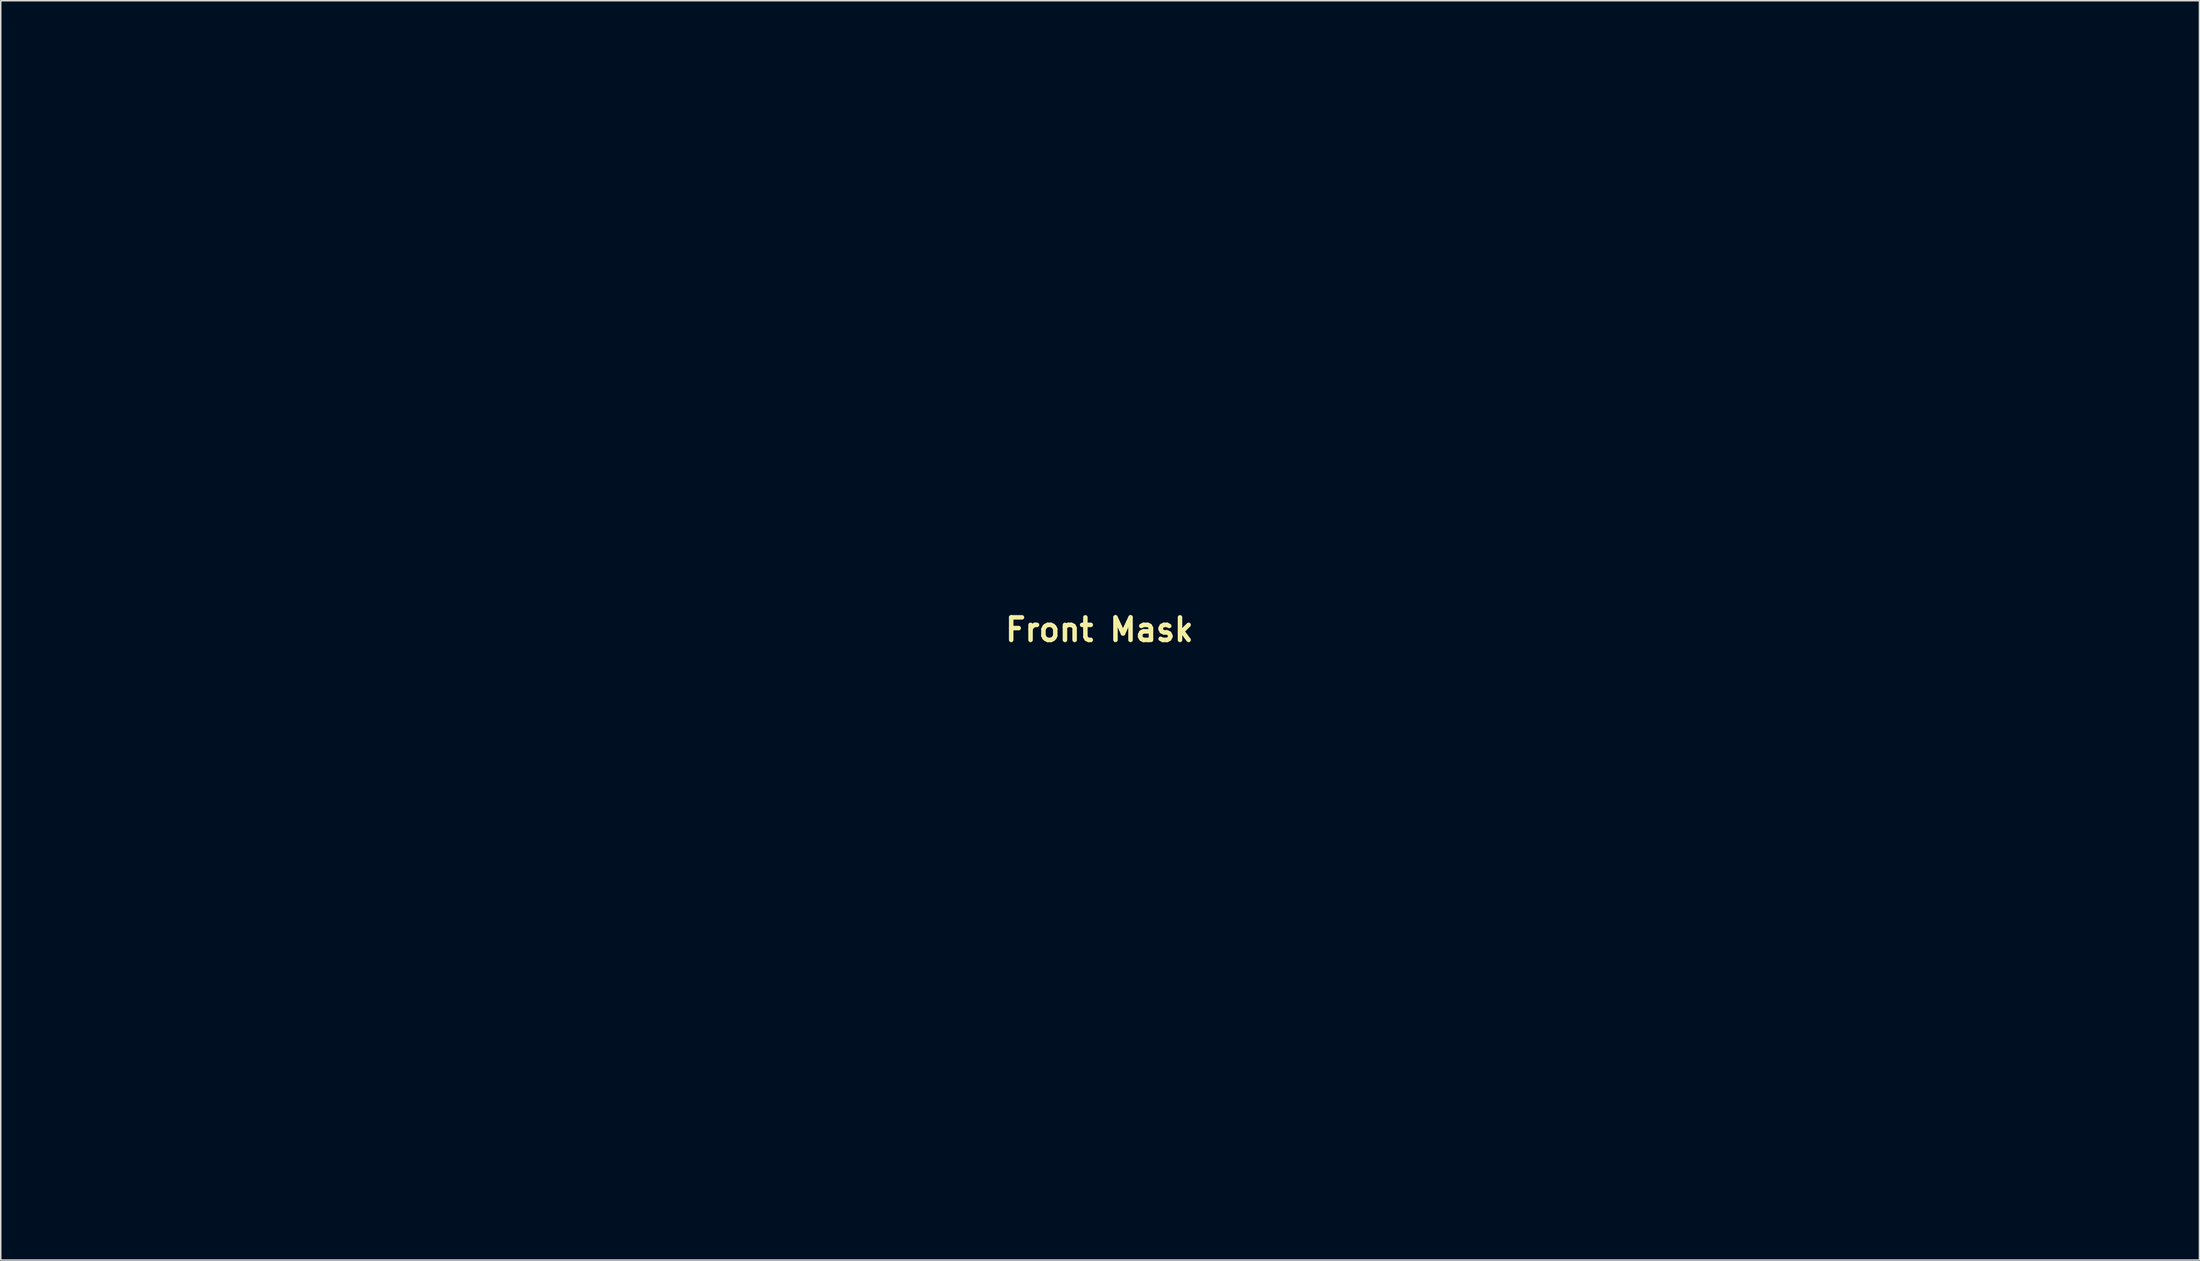
<source format=kicad_pcb>
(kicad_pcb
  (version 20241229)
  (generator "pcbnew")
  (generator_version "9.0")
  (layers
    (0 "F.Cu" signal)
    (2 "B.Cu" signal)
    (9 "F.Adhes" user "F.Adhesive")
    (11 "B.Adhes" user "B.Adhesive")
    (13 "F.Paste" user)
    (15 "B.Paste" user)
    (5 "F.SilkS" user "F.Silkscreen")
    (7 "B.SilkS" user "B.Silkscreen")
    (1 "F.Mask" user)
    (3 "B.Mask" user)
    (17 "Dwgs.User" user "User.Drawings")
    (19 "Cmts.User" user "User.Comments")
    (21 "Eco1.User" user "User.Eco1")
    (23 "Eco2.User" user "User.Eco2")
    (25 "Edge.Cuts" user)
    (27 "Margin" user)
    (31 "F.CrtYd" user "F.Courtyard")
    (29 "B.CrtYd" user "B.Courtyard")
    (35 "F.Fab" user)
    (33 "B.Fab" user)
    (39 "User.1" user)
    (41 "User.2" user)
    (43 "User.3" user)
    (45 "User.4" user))
  (footprint "Front Mask"
    (layer "F.Cu")
    (at 69.983 38.81)
    (property "Reference" "Front Mask" (at 0 0 0) (layer "F.SilkS") (effects (font (size 1.5 1.5) (thickness 0.3))))
    (attr board_only exclude_from_pos_files exclude_from_bom)
    (fp_poly (pts (xy -69.828 9.572) (xy -69.761 9.68) (xy -69.643 9.981) (xy -69.679 10.208) (xy -69.761 10.302) (xy -69.838 10.344) (xy -69.877 10.285) (xy -69.891 10.095) (xy -69.891 9.936) (xy -69.887 9.667) (xy -69.869 9.553)) (stroke (width 0) (type solid)) (fill yes) (layer "F.Mask"))
    (fp_poly (pts (xy -69.717 19.45) (xy -69.579 19.752) (xy -69.559 19.97) (xy -69.659 20.148) (xy -69.717 20.205) (xy -69.81 20.282) (xy -69.863 20.282) (xy -69.886 20.177) (xy -69.891 19.937) (xy -69.891 19.752) (xy -69.887 19.139)) (stroke (width 0) (type solid)) (fill yes) (layer "F.Mask"))
    (fp_poly (pts (xy 70.065 19.605) (xy 70.065 19.918) (xy 70.058 20.146) (xy 70.045 20.247) (xy 70.043 20.249) (xy 69.97 20.191) (xy 69.833 20.052) (xy 69.83 20.049) (xy 69.647 19.849) (xy 69.852 19.405) (xy 70.057 18.961)) (stroke (width 0) (type solid)) (fill yes) (layer "F.Mask"))
    (fp_poly (pts (xy -16.564 19.538) (xy -10.435 25.666) (xy -1.754 25.666) (xy 6.927 25.666) (xy 6.927 26.732) (xy 6.927 27.798) (xy -2.198 27.798) (xy -11.324 27.798) (xy -17.761 21.36) (xy -24.199 14.922) (xy -23.446 14.165) (xy -22.693 13.409)) (stroke (width 0) (type solid)) (fill yes) (layer "F.Mask"))
    (fp_poly (pts (xy 17.851 -21.27) (xy 24.289 -14.832) (xy 23.534 -14.077) (xy 22.779 -13.322) (xy 16.652 -19.45) (xy 10.525 -25.578) (xy 1.843 -25.578) (xy -6.838 -25.578) (xy -6.838 -26.643) (xy -6.838 -27.709) (xy 2.287 -27.709) (xy 11.413 -27.709)) (stroke (width 0) (type solid)) (fill yes) (layer "F.Mask"))
    (fp_poly (pts (xy 70.068 9.925) (xy 70.066 10.237) (xy 70.057 10.466) (xy 70.044 10.567) (xy 70.042 10.569) (xy 69.984 10.499) (xy 69.881 10.326) (xy 69.853 10.275) (xy 69.76 10.083) (xy 69.745 9.94) (xy 69.811 9.764) (xy 69.88 9.631) (xy 70.064 9.281)) (stroke (width 0) (type solid)) (fill yes) (layer "F.Mask"))
    (fp_poly (pts (xy 70.072 -2.675) (xy 70.06 -2.204) (xy 70.019 -1.852) (xy 69.94 -1.558) (xy 69.885 -1.42) (xy 69.699 -0.985) (xy 69.889 -0.718) (xy 69.995 -0.536) (xy 70.048 -0.331) (xy 70.06 -0.042) (xy 70.054 0.163) (xy 70.028 0.775) (xy 69.431 -0.09) (xy 68.834 -0.956) (xy 69.453 -2.226) (xy 70.072 -3.496)) (stroke (width 0) (type solid)) (fill yes) (layer "F.Mask"))
    (fp_poly (pts (xy -69.316 -2.137) (xy -68.738 -0.965) (xy -69.282 -0.172) (xy -69.505 0.15) (xy -69.691 0.409) (xy -69.816 0.576) (xy -69.86 0.622) (xy -69.877 0.54) (xy -69.889 0.327) (xy -69.894 0.028) (xy -69.894 0.02) (xy -69.867 -0.435) (xy -69.785 -0.73) (xy -69.753 -0.784) (xy -69.67 -0.929) (xy -69.662 -1.069) (xy -69.73 -1.28) (xy -69.753 -1.338) (xy -69.846 -1.711) (xy -69.89 -2.242) (xy -69.894 -2.5) (xy -69.894 -3.309)) (stroke (width 0) (type solid)) (fill yes) (layer "F.Mask"))
    (fp_poly (pts (xy 70.065 -15.384) (xy 70.064 -14.981) (xy 70.042 -14.691) (xy 69.987 -14.45) (xy 69.883 -14.194) (xy 69.749 -13.919) (xy 69.541 -13.497) (xy 69.315 -13.025) (xy 69.135 -12.639) (xy 68.844 -12.001) (xy 69.462 -11.109) (xy 70.08 -10.217) (xy 70.054 -9.604) (xy 70.028 -8.991) (xy 69.051 -10.424) (xy 68.745 -10.881) (xy 68.481 -11.296) (xy 68.274 -11.642) (xy 68.138 -11.896) (xy 68.089 -12.03) (xy 68.089 -12.034) (xy 68.131 -12.16) (xy 68.242 -12.422) (xy 68.409 -12.795) (xy 68.623 -13.255) (xy 68.873 -13.78) (xy 69.082 -14.21) (xy 70.059 -16.208)) (stroke (width 0) (type solid)) (fill yes) (layer "F.Mask"))
    (fp_poly (pts (xy 35.302 -33.659) (xy 40.453 -28.508) (xy 48.846 -28.508) (xy 57.239 -28.508) (xy 62.39 -33.659) (xy 67.54 -38.81) (xy 68.806 -38.81) (xy 70.072 -38.81) (xy 70.072 -38.566) (xy 70.056 -38.508) (xy 70.003 -38.418) (xy 69.906 -38.289) (xy 69.758 -38.113) (xy 69.553 -37.884) (xy 69.283 -37.594) (xy 68.942 -37.236) (xy 68.522 -36.802) (xy 68.016 -36.286) (xy 67.418 -35.68) (xy 66.721 -34.977) (xy 65.918 -34.17) (xy 65.001 -33.252) (xy 64.099 -32.349) (xy 58.126 -26.377) (xy 48.846 -26.377) (xy 39.565 -26.377) (xy 33.349 -32.594) (xy 27.132 -38.81) (xy 28.642 -38.81) (xy 30.152 -38.81)) (stroke (width 0) (type solid)) (fill yes) (layer "F.Mask"))
    (fp_poly (pts (xy 64.1 32.439) (xy 65.122 33.461) (xy 66.024 34.366) (xy 66.814 35.16) (xy 67.499 35.851) (xy 68.085 36.446) (xy 68.58 36.951) (xy 68.99 37.375) (xy 69.322 37.725) (xy 69.584 38.007) (xy 69.781 38.229) (xy 69.922 38.399) (xy 70.013 38.522) (xy 70.06 38.608) (xy 70.072 38.655) (xy 70.072 38.899) (xy 68.806 38.899) (xy 67.54 38.899) (xy 62.39 33.748) (xy 57.239 28.597) (xy 48.846 28.597) (xy 40.453 28.597) (xy 35.302 33.748) (xy 30.152 38.899) (xy 28.642 38.899) (xy 27.132 38.899) (xy 33.349 32.683) (xy 39.565 26.466) (xy 48.846 26.466) (xy 58.127 26.466)) (stroke (width 0) (type solid)) (fill yes) (layer "F.Mask"))
    (fp_poly (pts (xy -62.301 -33.659) (xy -57.151 -28.508) (xy -48.802 -28.508) (xy -40.453 -28.508) (xy -35.302 -33.659) (xy -30.152 -38.81) (xy -28.598 -38.81) (xy -27.043 -38.81) (xy -33.26 -32.594) (xy -39.476 -26.377) (xy -48.802 -26.377) (xy -58.127 -26.377) (xy -64.055 -32.305) (xy -65.057 -33.307) (xy -65.939 -34.191) (xy -66.711 -34.966) (xy -67.379 -35.638) (xy -67.95 -36.216) (xy -68.432 -36.707) (xy -68.833 -37.12) (xy -69.159 -37.461) (xy -69.419 -37.739) (xy -69.619 -37.961) (xy -69.766 -38.135) (xy -69.869 -38.27) (xy -69.935 -38.371) (xy -69.97 -38.448) (xy -69.983 -38.508) (xy -69.983 -38.522) (xy -69.983 -38.81) (xy -68.717 -38.81) (xy -67.452 -38.81)) (stroke (width 0) (type solid)) (fill yes) (layer "F.Mask"))
    (fp_poly (pts (xy -33.26 32.683) (xy -27.043 38.899) (xy -28.598 38.899) (xy -30.152 38.899) (xy -35.302 33.748) (xy -40.453 28.597) (xy -48.802 28.597) (xy -57.151 28.597) (xy -62.301 33.748) (xy -67.452 38.899) (xy -68.717 38.899) (xy -69.983 38.899) (xy -69.983 38.61) (xy -69.975 38.554) (xy -69.947 38.482) (xy -69.891 38.389) (xy -69.799 38.264) (xy -69.665 38.102) (xy -69.48 37.894) (xy -69.239 37.633) (xy -68.932 37.311) (xy -68.553 36.919) (xy -68.095 36.451) (xy -67.549 35.899) (xy -66.91 35.254) (xy -66.168 34.509) (xy -65.318 33.657) (xy -64.351 32.69) (xy -64.055 32.394) (xy -58.126 26.466) (xy -48.801 26.466) (xy -39.476 26.466)) (stroke (width 0) (type solid)) (fill yes) (layer "F.Mask"))
    (fp_poly (pts (xy -68.911 -14.042) (xy -68.644 -13.493) (xy -68.406 -12.996) (xy -68.206 -12.573) (xy -68.055 -12.248) (xy -67.964 -12.042) (xy -67.941 -11.978) (xy -67.988 -11.889) (xy -68.118 -11.682) (xy -68.31 -11.386) (xy -68.546 -11.029) (xy -68.807 -10.639) (xy -69.074 -10.246) (xy -69.327 -9.877) (xy -69.548 -9.56) (xy -69.716 -9.325) (xy -69.814 -9.199) (xy -69.816 -9.196) (xy -69.856 -9.231) (xy -69.884 -9.416) (xy -69.894 -9.721) (xy -69.894 -9.729) (xy -69.891 -10.001) (xy -69.87 -10.207) (xy -69.814 -10.394) (xy -69.704 -10.603) (xy -69.525 -10.88) (xy -69.324 -11.173) (xy -68.754 -12) (xy -68.967 -12.481) (xy -69.111 -12.795) (xy -69.3 -13.191) (xy -69.497 -13.594) (xy -69.537 -13.673) (xy -69.707 -14.021) (xy -69.812 -14.283) (xy -69.867 -14.527) (xy -69.887 -14.819) (xy -69.888 -15.207) (xy -69.881 -16.03)) (stroke (width 0) (type solid)) (fill yes) (layer "F.Mask"))
    (fp_poly (pts (xy -66.138 10.656) (xy -65.429 10.711) (xy -64.778 10.764) (xy -64.206 10.812) (xy -63.733 10.855) (xy -63.381 10.889) (xy -63.17 10.914) (xy -63.117 10.925) (xy -63.068 11.015) (xy -62.96 11.232) (xy -62.807 11.543) (xy -62.626 11.916) (xy -62.433 12.319) (xy -62.241 12.719) (xy -62.068 13.084) (xy -61.929 13.382) (xy -61.839 13.58) (xy -61.813 13.646) (xy -61.892 13.665) (xy -62.092 13.676) (xy -62.205 13.677) (xy -62.598 13.677) (xy -63.108 12.611) (xy -63.328 12.162) (xy -63.493 11.854) (xy -63.62 11.663) (xy -63.722 11.568) (xy -63.803 11.545) (xy -63.94 11.538) (xy -64.228 11.519) (xy -64.64 11.489) (xy -65.15 11.45) (xy -65.732 11.405) (xy -66.209 11.368) (xy -66.827 11.319) (xy -67.393 11.276) (xy -67.881 11.239) (xy -68.265 11.212) (xy -68.518 11.196) (xy -68.607 11.192) (xy -68.734 11.251) (xy -68.911 11.436) (xy -69.15 11.759) (xy -69.317 12.008) (xy -69.85 12.823) (xy -69.877 12.216) (xy -69.885 11.903) (xy -69.863 11.679) (xy -69.793 11.478) (xy -69.654 11.237) (xy -69.511 11.019) (xy -69.119 10.429)) (stroke (width 0) (type solid)) (fill yes) (layer "F.Mask"))
    (fp_poly (pts (xy -38.941 -13.766) (xy -38.704 -13.755) (xy -38.562 -13.728) (xy -38.544 -13.712) (xy -38.592 -13.628) (xy -38.728 -13.417) (xy -38.937 -13.1) (xy -39.207 -12.699) (xy -39.523 -12.232) (xy -39.801 -11.825) (xy -40.146 -11.319) (xy -40.455 -10.858) (xy -40.714 -10.464) (xy -40.91 -10.158) (xy -41.029 -9.961) (xy -41.06 -9.895) (xy -41.023 -9.793) (xy -40.918 -9.552) (xy -40.755 -9.194) (xy -40.545 -8.74) (xy -40.295 -8.211) (xy -40.018 -7.628) (xy -39.971 -7.531) (xy -38.881 -5.263) (xy -38.335 -5.21) (xy -38.054 -5.185) (xy -37.641 -5.152) (xy -37.144 -5.112) (xy -36.608 -5.071) (xy -36.346 -5.052) (xy -34.903 -4.946) (xy -34.903 -4.604) (xy -34.903 -4.263) (xy -35.413 -4.275) (xy -35.666 -4.286) (xy -36.056 -4.311) (xy -36.547 -4.345) (xy -37.098 -4.387) (xy -37.643 -4.431) (xy -39.362 -4.574) (xy -40.655 -7.265) (xy -41.948 -9.956) (xy -41.068 -11.255) (xy -40.612 -11.928) (xy -40.244 -12.469) (xy -39.953 -12.892) (xy -39.726 -13.212) (xy -39.551 -13.443) (xy -39.416 -13.6) (xy -39.309 -13.696) (xy -39.217 -13.747) (xy -39.129 -13.766) (xy -39.032 -13.767)) (stroke (width 0) (type solid)) (fill yes) (layer "F.Mask"))
    (fp_poly (pts (xy 40.367 7.128) (xy 40.592 7.45) (xy 40.872 7.856) (xy 41.194 8.326) (xy 41.543 8.839) (xy 41.907 9.376) (xy 42.27 9.916) (xy 42.621 10.437) (xy 42.944 10.921) (xy 43.226 11.347) (xy 43.453 11.693) (xy 43.613 11.94) (xy 43.69 12.068) (xy 43.695 12.08) (xy 43.658 12.192) (xy 43.558 12.422) (xy 43.412 12.732) (xy 43.32 12.921) (xy 42.945 13.677) (xy 42.556 13.677) (xy 42.303 13.66) (xy 42.208 13.606) (xy 42.212 13.566) (xy 42.269 13.438) (xy 42.379 13.194) (xy 42.522 12.88) (xy 42.57 12.776) (xy 42.883 12.096) (xy 41.424 9.964) (xy 39.965 7.832) (xy 39.632 7.869) (xy 39.366 7.895) (xy 38.976 7.929) (xy 38.496 7.967) (xy 37.961 8.008) (xy 37.403 8.05) (xy 36.858 8.089) (xy 36.359 8.123) (xy 35.941 8.149) (xy 35.638 8.166) (xy 35.498 8.171) (xy 35.284 8.16) (xy 35.191 8.092) (xy 35.17 7.915) (xy 35.169 7.835) (xy 35.169 7.499) (xy 37.76 7.303) (xy 38.418 7.254) (xy 39.016 7.21) (xy 39.53 7.175) (xy 39.941 7.148) (xy 40.224 7.132) (xy 40.359 7.127)) (stroke (width 0) (type solid)) (fill yes) (layer "F.Mask"))
    (fp_poly (pts (xy 69.642 11.078) (xy 69.852 11.395) (xy 69.98 11.622) (xy 70.043 11.814) (xy 70.062 12.028) (xy 70.054 12.32) (xy 70.054 12.324) (xy 70.028 12.922) (xy 69.45 12.059) (xy 69.155 11.636) (xy 68.931 11.359) (xy 68.77 11.218) (xy 68.695 11.194) (xy 68.56 11.2) (xy 68.275 11.218) (xy 67.864 11.248) (xy 67.356 11.286) (xy 66.775 11.33) (xy 66.298 11.368) (xy 65.679 11.417) (xy 65.112 11.46) (xy 64.622 11.497) (xy 64.236 11.524) (xy 63.981 11.541) (xy 63.891 11.545) (xy 63.799 11.574) (xy 63.696 11.677) (xy 63.569 11.876) (xy 63.401 12.195) (xy 63.2 12.611) (xy 62.696 13.677) (xy 62.299 13.677) (xy 62.061 13.67) (xy 61.919 13.652) (xy 61.901 13.641) (xy 61.938 13.553) (xy 62.041 13.334) (xy 62.195 13.01) (xy 62.388 12.61) (xy 62.522 12.335) (xy 62.735 11.896) (xy 62.921 11.512) (xy 63.064 11.211) (xy 63.152 11.022) (xy 63.172 10.975) (xy 63.265 10.946) (xy 63.518 10.908) (xy 63.911 10.861) (xy 64.428 10.808) (xy 65.049 10.752) (xy 65.756 10.693) (xy 66.203 10.658) (xy 69.205 10.43)) (stroke (width 0) (type solid)) (fill yes) (layer "F.Mask"))
    (fp_poly (pts (xy -49.823 11.908) (xy -49.531 11.928) (xy -49.122 11.957) (xy -48.622 11.994) (xy -48.056 12.038) (xy -47.45 12.085) (xy -46.828 12.135) (xy -46.218 12.184) (xy -45.643 12.231) (xy -45.129 12.275) (xy -44.703 12.312) (xy -44.388 12.341) (xy -44.211 12.36) (xy -44.181 12.365) (xy -44.134 12.45) (xy -44.029 12.655) (xy -43.884 12.94) (xy -43.838 13.033) (xy -43.515 13.677) (xy -43.917 13.677) (xy -44.174 13.664) (xy -44.321 13.601) (xy -44.428 13.447) (xy -44.469 13.363) (xy -44.611 13.15) (xy -44.77 13.023) (xy -44.801 13.013) (xy -44.94 12.997) (xy -45.228 12.97) (xy -45.637 12.937) (xy -46.139 12.898) (xy -46.706 12.857) (xy -46.981 12.837) (xy -47.585 12.794) (xy -48.153 12.752) (xy -48.652 12.713) (xy -49.051 12.681) (xy -49.317 12.657) (xy -49.379 12.65) (xy -49.779 12.603) (xy -50.134 13.137) (xy -50.323 13.414) (xy -50.46 13.574) (xy -50.594 13.649) (xy -50.77 13.672) (xy -50.911 13.674) (xy -51.157 13.669) (xy -51.309 13.653) (xy -51.333 13.642) (xy -51.286 13.559) (xy -51.158 13.36) (xy -50.969 13.076) (xy -50.751 12.754) (xy -50.471 12.358) (xy -50.262 12.097) (xy -50.106 11.951) (xy -49.985 11.902) (xy -49.973 11.901)) (stroke (width 0) (type solid)) (fill yes) (layer "F.Mask"))
    (fp_poly (pts (xy 50.181 11.944) (xy 50.338 12.085) (xy 50.549 12.343) (xy 50.832 12.736) (xy 50.838 12.744) (xy 51.068 13.081) (xy 51.255 13.361) (xy 51.38 13.556) (xy 51.422 13.632) (xy 51.342 13.658) (xy 51.139 13.674) (xy 51 13.676) (xy 50.778 13.67) (xy 50.627 13.63) (xy 50.5 13.525) (xy 50.351 13.322) (xy 50.231 13.137) (xy 49.884 12.598) (xy 49.476 12.648) (xy 49.268 12.669) (xy 48.915 12.699) (xy 48.449 12.736) (xy 47.903 12.777) (xy 47.308 12.82) (xy 47.07 12.837) (xy 46.483 12.879) (xy 45.947 12.919) (xy 45.492 12.956) (xy 45.145 12.986) (xy 44.933 13.007) (xy 44.89 13.013) (xy 44.735 13.113) (xy 44.584 13.314) (xy 44.558 13.363) (xy 44.449 13.558) (xy 44.324 13.65) (xy 44.114 13.676) (xy 44.006 13.677) (xy 43.604 13.677) (xy 43.926 13.033) (xy 44.078 12.732) (xy 44.197 12.499) (xy 44.264 12.375) (xy 44.27 12.365) (xy 44.36 12.353) (xy 44.601 12.329) (xy 44.968 12.296) (xy 45.436 12.256) (xy 45.98 12.211) (xy 46.574 12.162) (xy 47.192 12.113) (xy 47.81 12.064) (xy 48.401 12.018) (xy 48.941 11.977) (xy 49.403 11.943) (xy 49.764 11.918) (xy 49.996 11.904) (xy 50.06 11.901)) (stroke (width 0) (type solid)) (fill yes) (layer "F.Mask"))
    (fp_poly (pts (xy 49.753 -13.759) (xy 49.894 -13.743) (xy 49.912 -13.733) (xy 49.875 -13.646) (xy 49.776 -13.43) (xy 49.628 -13.118) (xy 49.448 -12.74) (xy 49.25 -12.327) (xy 49.049 -11.912) (xy 48.86 -11.524) (xy 48.699 -11.196) (xy 48.581 -10.958) (xy 48.519 -10.842) (xy 48.516 -10.837) (xy 48.422 -10.82) (xy 48.171 -10.792) (xy 47.785 -10.755) (xy 47.285 -10.711) (xy 46.69 -10.661) (xy 46.022 -10.608) (xy 45.502 -10.567) (xy 42.524 -10.341) (xy 41.378 -12.011) (xy 41.05 -12.491) (xy 40.759 -12.92) (xy 40.518 -13.279) (xy 40.342 -13.544) (xy 40.246 -13.696) (xy 40.231 -13.724) (xy 40.311 -13.748) (xy 40.514 -13.762) (xy 40.653 -13.763) (xy 41.075 -13.761) (xy 41.963 -12.435) (xy 42.32 -11.912) (xy 42.596 -11.53) (xy 42.803 -11.276) (xy 42.948 -11.139) (xy 43.029 -11.105) (xy 43.164 -11.111) (xy 43.45 -11.13) (xy 43.86 -11.159) (xy 44.369 -11.197) (xy 44.949 -11.241) (xy 45.427 -11.279) (xy 46.046 -11.328) (xy 46.613 -11.371) (xy 47.102 -11.408) (xy 47.488 -11.435) (xy 47.743 -11.452) (xy 47.833 -11.456) (xy 47.922 -11.485) (xy 48.023 -11.585) (xy 48.149 -11.778) (xy 48.314 -12.087) (xy 48.533 -12.534) (xy 48.57 -12.611) (xy 49.12 -13.766) (xy 49.516 -13.766)) (stroke (width 0) (type solid)) (fill yes) (layer "F.Mask"))
    (fp_poly (pts (xy -40.187 7.127) (xy -39.942 7.14) (xy -39.565 7.164) (xy -39.075 7.197) (xy -38.496 7.238) (xy -37.849 7.286) (xy -37.604 7.304) (xy -34.947 7.505) (xy -34.92 7.881) (xy -34.91 8.115) (xy -34.944 8.217) (xy -35.052 8.229) (xy -35.142 8.216) (xy -35.301 8.198) (xy -35.609 8.171) (xy -36.034 8.137) (xy -36.55 8.097) (xy -37.125 8.056) (xy -37.39 8.037) (xy -37.981 7.996) (xy -38.525 7.955) (xy -38.992 7.919) (xy -39.353 7.889) (xy -39.578 7.867) (xy -39.627 7.861) (xy -39.702 7.857) (xy -39.78 7.882) (xy -39.873 7.951) (xy -39.994 8.078) (xy -40.155 8.281) (xy -40.369 8.573) (xy -40.648 8.97) (xy -41.005 9.487) (xy -41.329 9.96) (xy -42.79 12.098) (xy -42.443 12.852) (xy -42.292 13.183) (xy -42.175 13.448) (xy -42.107 13.61) (xy -42.097 13.641) (xy -42.176 13.663) (xy -42.376 13.676) (xy -42.483 13.677) (xy -42.87 13.677) (xy -43.238 12.885) (xy -43.395 12.544) (xy -43.518 12.267) (xy -43.592 12.091) (xy -43.606 12.049) (xy -43.559 11.972) (xy -43.424 11.768) (xy -43.218 11.458) (xy -42.952 11.062) (xy -42.642 10.601) (xy -42.299 10.095) (xy -41.94 9.563) (xy -41.576 9.028) (xy -41.223 8.508) (xy -40.892 8.024) (xy -40.6 7.596) (xy -40.358 7.245) (xy -40.276 7.126)) (stroke (width 0) (type solid)) (fill yes) (layer "F.Mask"))
    (fp_poly (pts (xy -68.534 -19.108) (xy -68.279 -18.852) (xy -68.7 -18.218) (xy -69.122 -17.584) (xy -68.029 -15.297) (xy -67.745 -14.707) (xy -67.484 -14.17) (xy -67.255 -13.707) (xy -67.069 -13.338) (xy -66.937 -13.085) (xy -66.868 -12.967) (xy -66.863 -12.962) (xy -66.757 -12.943) (xy -66.499 -12.913) (xy -66.115 -12.877) (xy -65.628 -12.835) (xy -65.065 -12.791) (xy -64.634 -12.759) (xy -64.012 -12.714) (xy -63.429 -12.669) (xy -62.916 -12.629) (xy -62.503 -12.594) (xy -62.218 -12.567) (xy -62.119 -12.556) (xy -61.76 -12.508) (xy -61.341 -13.137) (xy -60.923 -13.766) (xy -60.477 -13.766) (xy -60.03 -13.766) (xy -60.691 -12.811) (xy -61.351 -11.856) (xy -61.737 -11.844) (xy -61.924 -11.847) (xy -62.262 -11.864) (xy -62.723 -11.893) (xy -63.283 -11.931) (xy -63.914 -11.977) (xy -64.591 -12.029) (xy -64.733 -12.041) (xy -65.394 -12.095) (xy -65.996 -12.145) (xy -66.515 -12.191) (xy -66.931 -12.23) (xy -67.221 -12.259) (xy -67.362 -12.277) (xy -67.373 -12.28) (xy -67.428 -12.377) (xy -67.547 -12.611) (xy -67.717 -12.958) (xy -67.929 -13.397) (xy -68.171 -13.902) (xy -68.432 -14.451) (xy -68.701 -15.022) (xy -68.967 -15.589) (xy -69.22 -16.131) (xy -69.448 -16.623) (xy -69.64 -17.043) (xy -69.785 -17.367) (xy -69.873 -17.572) (xy -69.894 -17.633) (xy -69.846 -17.754) (xy -69.716 -17.985) (xy -69.525 -18.288) (xy -69.342 -18.561) (xy -68.79 -19.363)) (stroke (width 0) (type solid)) (fill yes) (layer "F.Mask"))
    (fp_poly (pts (xy -48.477 -12.611) (xy -48.251 -12.143) (xy -48.081 -11.815) (xy -47.951 -11.607) (xy -47.849 -11.495) (xy -47.759 -11.457) (xy -47.745 -11.456) (xy -47.607 -11.449) (xy -47.319 -11.43) (xy -46.907 -11.4) (xy -46.396 -11.362) (xy -45.815 -11.317) (xy -45.338 -11.279) (xy -44.72 -11.23) (xy -44.154 -11.187) (xy -43.666 -11.151) (xy -43.282 -11.124) (xy -43.029 -11.109) (xy -42.94 -11.105) (xy -42.837 -11.155) (xy -42.683 -11.311) (xy -42.466 -11.585) (xy -42.177 -11.989) (xy -41.874 -12.434) (xy -40.986 -13.759) (xy -40.565 -13.763) (xy -40.319 -13.756) (xy -40.166 -13.737) (xy -40.143 -13.724) (xy -40.19 -13.643) (xy -40.321 -13.442) (xy -40.518 -13.147) (xy -40.765 -12.782) (xy -41.044 -12.371) (xy -41.338 -11.941) (xy -41.631 -11.514) (xy -41.905 -11.118) (xy -42.144 -10.775) (xy -42.331 -10.511) (xy -42.447 -10.351) (xy -42.479 -10.314) (xy -42.568 -10.323) (xy -42.814 -10.345) (xy -43.195 -10.377) (xy -43.692 -10.418) (xy -44.282 -10.466) (xy -44.946 -10.519) (xy -45.443 -10.559) (xy -46.147 -10.616) (xy -46.793 -10.671) (xy -47.36 -10.721) (xy -47.827 -10.765) (xy -48.173 -10.8) (xy -48.378 -10.825) (xy -48.425 -10.836) (xy -48.476 -10.93) (xy -48.587 -11.151) (xy -48.742 -11.466) (xy -48.926 -11.842) (xy -49.121 -12.246) (xy -49.312 -12.645) (xy -49.483 -13.006) (xy -49.619 -13.296) (xy -49.701 -13.477) (xy -49.825 -13.766) (xy -49.424 -13.766) (xy -49.023 -13.766)) (stroke (width 0) (type solid)) (fill yes) (layer "F.Mask"))
    (fp_poly (pts (xy 39.05 -13.748) (xy 39.467 -13.721) (xy 40.737 -11.871) (xy 41.083 -11.364) (xy 41.394 -10.904) (xy 41.655 -10.514) (xy 41.853 -10.211) (xy 41.974 -10.018) (xy 42.008 -9.955) (xy 41.971 -9.862) (xy 41.865 -9.628) (xy 41.701 -9.273) (xy 41.486 -8.816) (xy 41.23 -8.275) (xy 40.941 -7.67) (xy 40.731 -7.232) (xy 39.455 -4.574) (xy 37.645 -4.426) (xy 37.074 -4.38) (xy 36.543 -4.339) (xy 36.084 -4.305) (xy 35.733 -4.282) (xy 35.52 -4.271) (xy 35.502 -4.27) (xy 35.289 -4.275) (xy 35.194 -4.335) (xy 35.17 -4.5) (xy 35.169 -4.618) (xy 35.183 -4.849) (xy 35.241 -4.951) (xy 35.369 -4.975) (xy 35.521 -4.983) (xy 35.816 -5.003) (xy 36.222 -5.034) (xy 36.704 -5.072) (xy 37.123 -5.107) (xy 37.638 -5.149) (xy 38.097 -5.186) (xy 38.469 -5.214) (xy 38.722 -5.233) (xy 38.818 -5.238) (xy 38.901 -5.312) (xy 39.046 -5.536) (xy 39.255 -5.912) (xy 39.529 -6.444) (xy 39.871 -7.134) (xy 40.054 -7.512) (xy 40.337 -8.102) (xy 40.592 -8.643) (xy 40.811 -9.113) (xy 40.983 -9.49) (xy 41.099 -9.754) (xy 41.148 -9.883) (xy 41.149 -9.89) (xy 41.101 -9.989) (xy 40.965 -10.214) (xy 40.754 -10.542) (xy 40.483 -10.953) (xy 40.166 -11.426) (xy 39.891 -11.828) (xy 39.547 -12.333) (xy 39.238 -12.788) (xy 38.979 -13.175) (xy 38.783 -13.472) (xy 38.664 -13.66) (xy 38.633 -13.718) (xy 38.712 -13.747) (xy 38.914 -13.754)) (stroke (width 0) (type solid)) (fill yes) (layer "F.Mask"))
    (fp_poly (pts (xy -59.246 -12.568) (xy -60.065 -11.37) (xy -59.611 -10.414) (xy -59.409 -9.988) (xy -59.156 -9.458) (xy -58.88 -8.88) (xy -58.608 -8.31) (xy -58.497 -8.076) (xy -57.836 -6.694) (xy -55.717 -6.539) (xy -55.093 -6.492) (xy -54.503 -6.447) (xy -53.979 -6.406) (xy -53.551 -6.371) (xy -53.252 -6.345) (xy -53.153 -6.335) (xy -52.709 -6.288) (xy -51.31 -8.335) (xy -50.943 -8.873) (xy -50.609 -9.367) (xy -50.32 -9.797) (xy -50.091 -10.143) (xy -49.935 -10.384) (xy -49.864 -10.502) (xy -49.862 -10.506) (xy -49.884 -10.621) (xy -49.974 -10.869) (xy -50.121 -11.222) (xy -50.314 -11.655) (xy -50.54 -12.141) (xy -50.568 -12.198) (xy -51.321 -13.766) (xy -50.905 -13.762) (xy -50.489 -13.759) (xy -50.19 -13.118) (xy -50.025 -12.769) (xy -49.815 -12.322) (xy -49.588 -11.843) (xy -49.421 -11.49) (xy -48.952 -10.502) (xy -50.618 -8.071) (xy -52.284 -5.64) (xy -52.763 -5.627) (xy -52.978 -5.631) (xy -53.341 -5.648) (xy -53.824 -5.676) (xy -54.4 -5.714) (xy -55.039 -5.76) (xy -55.715 -5.811) (xy -55.753 -5.814) (xy -56.402 -5.867) (xy -56.992 -5.918) (xy -57.5 -5.964) (xy -57.903 -6.004) (xy -58.178 -6.035) (xy -58.303 -6.055) (xy -58.308 -6.057) (xy -58.355 -6.145) (xy -58.47 -6.373) (xy -58.643 -6.724) (xy -58.865 -7.179) (xy -59.126 -7.717) (xy -59.417 -8.32) (xy -59.627 -8.756) (xy -60.903 -11.412) (xy -60.103 -12.589) (xy -59.303 -13.766) (xy -58.865 -13.766) (xy -58.428 -13.766)) (stroke (width 0) (type solid)) (fill yes) (layer "F.Mask"))
    (fp_poly (pts (xy 68.947 -19.265) (xy 69.007 -19.181) (xy 69.145 -18.982) (xy 69.34 -18.702) (xy 69.517 -18.447) (xy 70.056 -17.666) (xy 69.586 -16.67) (xy 69.345 -16.164) (xy 69.082 -15.613) (xy 68.807 -15.038) (xy 68.531 -14.464) (xy 68.265 -13.912) (xy 68.019 -13.405) (xy 67.805 -12.966) (xy 67.634 -12.618) (xy 67.516 -12.382) (xy 67.464 -12.283) (xy 67.462 -12.281) (xy 67.372 -12.268) (xy 67.129 -12.244) (xy 66.76 -12.211) (xy 66.29 -12.17) (xy 65.744 -12.124) (xy 65.148 -12.075) (xy 64.526 -12.025) (xy 63.905 -11.976) (xy 63.309 -11.93) (xy 62.764 -11.888) (xy 62.295 -11.854) (xy 61.928 -11.829) (xy 61.688 -11.814) (xy 61.616 -11.812) (xy 61.49 -11.884) (xy 61.307 -12.077) (xy 61.096 -12.36) (xy 61.092 -12.367) (xy 60.854 -12.717) (xy 60.603 -13.078) (xy 60.415 -13.344) (xy 60.11 -13.766) (xy 60.557 -13.766) (xy 61.004 -13.766) (xy 61.43 -13.141) (xy 61.857 -12.515) (xy 62.257 -12.562) (xy 62.462 -12.582) (xy 62.813 -12.611) (xy 63.276 -12.647) (xy 63.821 -12.688) (xy 64.415 -12.731) (xy 64.655 -12.748) (xy 65.241 -12.79) (xy 65.776 -12.83) (xy 66.231 -12.867) (xy 66.577 -12.896) (xy 66.787 -12.918) (xy 66.83 -12.924) (xy 66.905 -12.976) (xy 67.012 -13.118) (xy 67.158 -13.363) (xy 67.351 -13.723) (xy 67.597 -14.211) (xy 67.903 -14.842) (xy 68.108 -15.27) (xy 69.208 -17.58) (xy 68.841 -18.143) (xy 68.664 -18.426) (xy 68.534 -18.655) (xy 68.475 -18.787) (xy 68.473 -18.796) (xy 68.527 -18.902) (xy 68.652 -19.049) (xy 68.799 -19.187) (xy 68.915 -19.266)) (stroke (width 0) (type solid)) (fill yes) (layer "F.Mask"))
    (fp_poly (pts (xy 41.188 -1.439) (xy 42.89 1.042) (xy 41.591 3.746) (xy 40.292 6.45) (xy 38.152 6.604) (xy 37.528 6.65) (xy 36.938 6.695) (xy 36.415 6.736) (xy 35.99 6.772) (xy 35.693 6.799) (xy 35.591 6.81) (xy 35.169 6.861) (xy 35.169 6.501) (xy 35.169 6.141) (xy 35.635 6.09) (xy 35.851 6.069) (xy 36.195 6.039) (xy 36.634 6.002) (xy 37.137 5.961) (xy 37.67 5.919) (xy 38.201 5.878) (xy 38.697 5.84) (xy 39.126 5.808) (xy 39.455 5.785) (xy 39.652 5.774) (xy 39.685 5.773) (xy 39.747 5.697) (xy 39.873 5.485) (xy 40.05 5.161) (xy 40.267 4.75) (xy 40.511 4.276) (xy 40.77 3.764) (xy 41.032 3.238) (xy 41.284 2.722) (xy 41.514 2.24) (xy 41.71 1.818) (xy 41.859 1.479) (xy 41.891 1.402) (xy 42.024 1.072) (xy 40.621 -0.984) (xy 40.252 -1.52) (xy 39.91 -2.007) (xy 39.61 -2.427) (xy 39.365 -2.759) (xy 39.19 -2.984) (xy 39.099 -3.084) (xy 39.094 -3.087) (xy 38.972 -3.095) (xy 38.707 -3.091) (xy 38.332 -3.077) (xy 37.88 -3.056) (xy 37.385 -3.028) (xy 36.88 -2.996) (xy 36.4 -2.962) (xy 35.977 -2.928) (xy 35.645 -2.896) (xy 35.458 -2.871) (xy 35.274 -2.849) (xy 35.192 -2.897) (xy 35.17 -3.058) (xy 35.169 -3.182) (xy 35.178 -3.408) (xy 35.238 -3.519) (xy 35.398 -3.569) (xy 35.547 -3.59) (xy 35.773 -3.613) (xy 36.133 -3.645) (xy 36.58 -3.682) (xy 37.071 -3.719) (xy 37.212 -3.729) (xy 37.721 -3.766) (xy 38.212 -3.804) (xy 38.635 -3.838) (xy 38.942 -3.865) (xy 38.993 -3.87) (xy 39.486 -3.921)) (stroke (width 0) (type solid)) (fill yes) (layer "F.Mask"))
    (fp_poly (pts (xy 59.208 5.722) (xy 59.308 5.745) (xy 59.363 5.779) (xy 59.364 5.78) (xy 59.457 5.899) (xy 59.63 6.139) (xy 59.868 6.476) (xy 60.156 6.891) (xy 60.48 7.363) (xy 60.825 7.868) (xy 61.177 8.387) (xy 61.522 8.899) (xy 61.845 9.38) (xy 62.132 9.811) (xy 62.367 10.171) (xy 62.538 10.436) (xy 62.629 10.587) (xy 62.64 10.613) (xy 62.603 10.718) (xy 62.5 10.955) (xy 62.343 11.299) (xy 62.145 11.722) (xy 61.922 12.189) (xy 61.204 13.677) (xy 60.803 13.677) (xy 60.401 13.677) (xy 61.11 12.195) (xy 61.332 11.719) (xy 61.521 11.293) (xy 61.665 10.944) (xy 61.752 10.701) (xy 61.772 10.592) (xy 61.712 10.49) (xy 61.564 10.261) (xy 61.342 9.925) (xy 61.059 9.504) (xy 60.73 9.016) (xy 60.366 8.482) (xy 60.326 8.424) (xy 58.926 6.377) (xy 58.482 6.424) (xy 58.267 6.444) (xy 57.906 6.475) (xy 57.431 6.513) (xy 56.873 6.556) (xy 56.264 6.602) (xy 55.92 6.628) (xy 53.801 6.783) (xy 53.095 8.254) (xy 52.832 8.802) (xy 52.561 9.369) (xy 52.305 9.906) (xy 52.088 10.363) (xy 51.98 10.593) (xy 51.57 11.461) (xy 52.295 12.517) (xy 52.553 12.896) (xy 52.771 13.223) (xy 52.93 13.468) (xy 53.012 13.606) (xy 53.02 13.625) (xy 52.941 13.656) (xy 52.741 13.675) (xy 52.628 13.677) (xy 52.397 13.665) (xy 52.237 13.606) (xy 52.089 13.464) (xy 51.931 13.255) (xy 51.734 12.977) (xy 51.487 12.618) (xy 51.234 12.247) (xy 51.179 12.164) (xy 50.732 11.495) (xy 52.019 8.818) (xy 53.306 6.14) (xy 53.629 6.093) (xy 53.799 6.074) (xy 54.12 6.045) (xy 54.568 6.007) (xy 55.117 5.963) (xy 55.741 5.915) (xy 56.416 5.864) (xy 56.599 5.85) (xy 57.367 5.794) (xy 57.976 5.753) (xy 58.446 5.726) (xy 58.796 5.711) (xy 59.043 5.71)) (stroke (width 0) (type solid)) (fill yes) (layer "F.Mask"))
    (fp_poly (pts (xy -38.904 -3.87) (xy -38.632 -3.845) (xy -38.231 -3.812) (xy -37.752 -3.775) (xy -37.243 -3.738) (xy -37.123 -3.729) (xy -36.617 -3.692) (xy -36.133 -3.655) (xy -35.717 -3.621) (xy -35.419 -3.594) (xy -35.369 -3.589) (xy -34.903 -3.54) (xy -34.903 -3.187) (xy -34.903 -2.835) (xy -35.547 -2.89) (xy -36.438 -2.967) (xy -37.169 -3.026) (xy -37.754 -3.068) (xy -38.211 -3.095) (xy -38.555 -3.107) (xy -38.802 -3.103) (xy -38.969 -3.086) (xy -39.07 -3.055) (xy -39.113 -3.023) (xy -39.194 -2.915) (xy -39.359 -2.681) (xy -39.596 -2.342) (xy -39.89 -1.918) (xy -40.225 -1.43) (xy -40.584 -0.906) (xy -41.937 1.074) (xy -41.757 1.492) (xy -41.569 1.912) (xy -41.344 2.396) (xy -41.093 2.922) (xy -40.828 3.464) (xy -40.561 4.001) (xy -40.304 4.506) (xy -40.069 4.958) (xy -39.868 5.333) (xy -39.713 5.606) (xy -39.615 5.753) (xy -39.592 5.773) (xy -39.475 5.78) (xy -39.206 5.799) (xy -38.811 5.829) (xy -38.314 5.867) (xy -37.742 5.912) (xy -37.256 5.95) (xy -36.646 5.999) (xy -36.094 6.042) (xy -35.626 6.079) (xy -35.266 6.106) (xy -35.039 6.123) (xy -34.969 6.128) (xy -34.928 6.207) (xy -34.904 6.404) (xy -34.903 6.483) (xy -34.898 6.589) (xy -34.896 6.673) (xy -34.915 6.738) (xy -34.971 6.783) (xy -35.083 6.809) (xy -35.267 6.817) (xy -35.541 6.809) (xy -35.924 6.784) (xy -36.432 6.745) (xy -37.083 6.691) (xy -37.852 6.627) (xy -38.473 6.573) (xy -39.035 6.518) (xy -39.516 6.465) (xy -39.889 6.417) (xy -40.131 6.377) (xy -40.217 6.35) (xy -40.271 6.254) (xy -40.39 6.021) (xy -40.561 5.674) (xy -40.775 5.237) (xy -41.02 4.734) (xy -41.283 4.188) (xy -41.555 3.622) (xy -41.824 3.061) (xy -42.077 2.527) (xy -42.305 2.045) (xy -42.496 1.638) (xy -42.638 1.329) (xy -42.721 1.142) (xy -42.736 1.101) (xy -42.694 1.007) (xy -42.562 0.784) (xy -42.352 0.451) (xy -42.076 0.025) (xy -41.744 -0.476) (xy -41.369 -1.034) (xy -41.08 -1.459) (xy -39.397 -3.921)) (stroke (width 0) (type solid)) (fill yes) (layer "F.Mask"))
    (fp_poly (pts (xy 50.658 -12.196) (xy 50.428 -11.706) (xy 50.231 -11.266) (xy 50.078 -10.903) (xy 49.981 -10.643) (xy 49.949 -10.513) (xy 49.95 -10.507) (xy 50.008 -10.413) (xy 50.15 -10.195) (xy 50.36 -9.877) (xy 50.623 -9.483) (xy 50.924 -9.037) (xy 51.245 -8.561) (xy 51.572 -8.079) (xy 51.888 -7.614) (xy 52.177 -7.191) (xy 52.424 -6.832) (xy 52.613 -6.56) (xy 52.728 -6.4) (xy 52.75 -6.372) (xy 52.85 -6.362) (xy 53.104 -6.365) (xy 53.49 -6.38) (xy 53.985 -6.407) (xy 54.566 -6.444) (xy 55.21 -6.489) (xy 55.367 -6.501) (xy 57.927 -6.697) (xy 58.677 -8.255) (xy 58.94 -8.805) (xy 59.206 -9.361) (xy 59.454 -9.881) (xy 59.662 -10.32) (xy 59.79 -10.595) (xy 60.154 -11.375) (xy 59.336 -12.571) (xy 58.518 -13.766) (xy 58.957 -13.766) (xy 59.395 -13.766) (xy 60.172 -12.633) (xy 60.441 -12.237) (xy 60.669 -11.89) (xy 60.84 -11.618) (xy 60.937 -11.45) (xy 60.952 -11.412) (xy 60.915 -11.315) (xy 60.813 -11.081) (xy 60.655 -10.734) (xy 60.452 -10.297) (xy 60.217 -9.793) (xy 59.959 -9.246) (xy 59.691 -8.678) (xy 59.422 -8.114) (xy 59.164 -7.576) (xy 58.928 -7.087) (xy 58.725 -6.671) (xy 58.567 -6.352) (xy 58.463 -6.152) (xy 58.43 -6.096) (xy 58.331 -6.073) (xy 58.082 -6.04) (xy 57.706 -5.998) (xy 57.231 -5.95) (xy 56.681 -5.897) (xy 56.083 -5.843) (xy 55.461 -5.789) (xy 54.843 -5.737) (xy 54.252 -5.691) (xy 53.716 -5.651) (xy 53.26 -5.621) (xy 52.909 -5.603) (xy 52.737 -5.598) (xy 52.599 -5.603) (xy 52.484 -5.637) (xy 52.367 -5.723) (xy 52.224 -5.886) (xy 52.032 -6.147) (xy 51.765 -6.531) (xy 51.752 -6.55) (xy 51.14 -7.438) (xy 50.624 -8.19) (xy 50.195 -8.816) (xy 49.848 -9.327) (xy 49.575 -9.733) (xy 49.369 -10.043) (xy 49.225 -10.268) (xy 49.134 -10.417) (xy 49.091 -10.501) (xy 49.085 -10.524) (xy 49.123 -10.628) (xy 49.226 -10.866) (xy 49.385 -11.212) (xy 49.585 -11.639) (xy 49.816 -12.123) (xy 49.848 -12.189) (xy 50.609 -13.766) (xy 51.01 -13.766) (xy 51.411 -13.766)) (stroke (width 0) (type solid)) (fill yes) (layer "F.Mask"))
    (fp_poly (pts (xy -58.711 5.714) (xy -58.363 5.727) (xy -57.895 5.754) (xy -57.289 5.795) (xy -56.527 5.849) (xy -56.422 5.857) (xy -55.732 5.909) (xy -55.09 5.96) (xy -54.52 6.007) (xy -54.046 6.049) (xy -53.691 6.083) (xy -53.481 6.108) (xy -53.443 6.115) (xy -53.36 6.148) (xy -53.275 6.218) (xy -53.175 6.344) (xy -53.051 6.546) (xy -52.891 6.84) (xy -52.685 7.246) (xy -52.422 7.783) (xy -52.212 8.215) (xy -51.924 8.812) (xy -51.645 9.393) (xy -51.39 9.927) (xy -51.172 10.383) (xy -51.008 10.731) (xy -50.935 10.889) (xy -50.644 11.519) (xy -51.367 12.576) (xy -52.089 13.633) (xy -52.51 13.66) (xy -52.756 13.665) (xy -52.907 13.649) (xy -52.931 13.633) (xy -52.884 13.544) (xy -52.753 13.337) (xy -52.556 13.039) (xy -52.312 12.677) (xy -52.206 12.522) (xy -51.481 11.465) (xy -51.845 10.684) (xy -52.005 10.345) (xy -52.221 9.889) (xy -52.472 9.36) (xy -52.74 8.801) (xy -52.959 8.344) (xy -53.709 6.786) (xy -56.266 6.59) (xy -56.92 6.541) (xy -57.515 6.499) (xy -58.027 6.465) (xy -58.435 6.44) (xy -58.716 6.426) (xy -58.847 6.424) (xy -58.854 6.426) (xy -58.959 6.555) (xy -59.138 6.802) (xy -59.375 7.144) (xy -59.657 7.558) (xy -59.967 8.02) (xy -60.291 8.509) (xy -60.613 9.001) (xy -60.92 9.474) (xy -61.195 9.904) (xy -61.423 10.268) (xy -61.59 10.545) (xy -61.681 10.71) (xy -61.693 10.746) (xy -61.644 10.867) (xy -61.53 11.119) (xy -61.366 11.472) (xy -61.164 11.899) (xy -60.983 12.278) (xy -60.311 13.677) (xy -60.713 13.677) (xy -61.115 13.677) (xy -61.831 12.189) (xy -62.058 11.714) (xy -62.255 11.292) (xy -62.411 10.95) (xy -62.514 10.715) (xy -62.55 10.613) (xy -62.502 10.524) (xy -62.368 10.31) (xy -62.161 9.992) (xy -61.897 9.593) (xy -61.59 9.132) (xy -61.254 8.633) (xy -60.904 8.115) (xy -60.553 7.6) (xy -60.217 7.11) (xy -59.911 6.665) (xy -59.648 6.288) (xy -59.442 6) (xy -59.309 5.821) (xy -59.276 5.781) (xy -59.222 5.747) (xy -59.122 5.724) (xy -58.958 5.713)) (stroke (width 0) (type solid)) (fill yes) (layer "F.Mask"))
    (fp_poly (pts (xy -48.994 0.911) (xy -48.626 0.932) (xy -48.159 0.962) (xy -47.617 0.999) (xy -47.027 1.041) (xy -46.415 1.086) (xy -45.806 1.132) (xy -45.226 1.177) (xy -44.7 1.219) (xy -44.255 1.257) (xy -43.917 1.289) (xy -43.796 1.302) (xy -43.319 1.355) (xy -42.37 3.32) (xy -42.083 3.914) (xy -41.801 4.501) (xy -41.54 5.046) (xy -41.316 5.516) (xy -41.144 5.877) (xy -41.082 6.01) (xy -40.743 6.735) (xy -42.415 9.185) (xy -44.086 11.634) (xy -44.623 11.622) (xy -44.855 11.612) (xy -45.234 11.59) (xy -45.732 11.556) (xy -46.318 11.515) (xy -46.963 11.467) (xy -47.625 11.416) (xy -48.266 11.364) (xy -48.848 11.314) (xy -49.347 11.269) (xy -49.739 11.232) (xy -50.004 11.203) (xy -50.116 11.185) (xy -50.119 11.183) (xy -50.167 11.091) (xy -50.28 10.863) (xy -50.445 10.521) (xy -50.653 10.088) (xy -50.893 9.588) (xy -51.153 9.043) (xy -51.422 8.476) (xy -51.691 7.91) (xy -51.947 7.368) (xy -52.18 6.873) (xy -52.379 6.448) (xy -52.534 6.116) (xy -52.633 5.899) (xy -52.644 5.873) (xy -51.853 5.873) (xy -51.273 7.089) (xy -51.007 7.645) (xy -50.709 8.27) (xy -50.416 8.888) (xy -50.162 9.422) (xy -50.155 9.436) (xy -49.618 10.569) (xy -49.254 10.576) (xy -49.056 10.586) (xy -48.714 10.609) (xy -48.261 10.643) (xy -47.73 10.685) (xy -47.154 10.733) (xy -47.026 10.744) (xy -46.445 10.792) (xy -45.902 10.833) (xy -45.432 10.865) (xy -45.065 10.885) (xy -44.835 10.892) (xy -44.806 10.892) (xy -44.452 10.879) (xy -43.011 8.775) (xy -41.57 6.671) (xy -42.643 4.424) (xy -42.926 3.835) (xy -43.189 3.298) (xy -43.422 2.833) (xy -43.613 2.462) (xy -43.752 2.206) (xy -43.827 2.087) (xy -43.831 2.083) (xy -43.948 2.051) (xy -44.217 2.011) (xy -44.613 1.966) (xy -45.109 1.917) (xy -45.681 1.868) (xy -46.152 1.833) (xy -46.775 1.788) (xy -47.353 1.743) (xy -47.858 1.703) (xy -48.261 1.668) (xy -48.536 1.642) (xy -48.637 1.629) (xy -48.719 1.619) (xy -48.796 1.628) (xy -48.88 1.673) (xy -48.984 1.767) (xy -49.121 1.928) (xy -49.303 2.169) (xy -49.543 2.506) (xy -49.854 2.955) (xy -50.249 3.531) (xy -50.384 3.728) (xy -51.853 5.873) (xy -52.644 5.873) (xy -52.665 5.822) (xy -52.617 5.744) (xy -52.483 5.54) (xy -52.278 5.231) (xy -52.014 4.838) (xy -51.707 4.382) (xy -51.371 3.885) (xy -51.019 3.366) (xy -50.666 2.846) (xy -50.327 2.348) (xy -50.015 1.891) (xy -49.744 1.496) (xy -49.529 1.185) (xy -49.384 0.978) (xy -49.327 0.9) (xy -49.236 0.899)) (stroke (width 0) (type solid)) (fill yes) (layer "F.Mask"))
    (fp_poly (pts (xy 58.477 -5.277) (xy 58.513 -5.269) (xy 58.576 -5.177) (xy 58.727 -4.957) (xy 58.953 -4.627) (xy 59.242 -4.204) (xy 59.583 -3.707) (xy 59.961 -3.155) (xy 60.192 -2.819) (xy 60.584 -2.244) (xy 60.943 -1.717) (xy 61.255 -1.255) (xy 61.509 -0.875) (xy 61.693 -0.595) (xy 61.795 -0.434) (xy 61.813 -0.401) (xy 61.776 -0.316) (xy 61.674 -0.093) (xy 61.517 0.244) (xy 61.316 0.673) (xy 61.081 1.171) (xy 60.825 1.714) (xy 60.557 2.28) (xy 60.288 2.847) (xy 60.03 3.39) (xy 59.792 3.887) (xy 59.587 4.316) (xy 59.424 4.652) (xy 59.316 4.875) (xy 59.272 4.959) (xy 59.183 4.972) (xy 58.942 4.996) (xy 58.575 5.029) (xy 58.107 5.069) (xy 57.563 5.114) (xy 56.968 5.162) (xy 56.349 5.211) (xy 55.73 5.259) (xy 55.136 5.304) (xy 54.594 5.344) (xy 54.128 5.377) (xy 53.764 5.401) (xy 53.527 5.414) (xy 53.464 5.416) (xy 53.392 5.399) (xy 53.302 5.34) (xy 53.185 5.225) (xy 53.029 5.038) (xy 52.823 4.767) (xy 52.556 4.396) (xy 52.218 3.913) (xy 51.798 3.302) (xy 51.567 2.966) (xy 49.892 0.515) (xy 49.925 0.445) (xy 50.721 0.445) (xy 51.617 1.755) (xy 51.961 2.257) (xy 52.321 2.782) (xy 52.665 3.281) (xy 52.96 3.709) (xy 53.089 3.895) (xy 53.665 4.727) (xy 54.075 4.677) (xy 54.28 4.656) (xy 54.631 4.626) (xy 55.098 4.588) (xy 55.65 4.545) (xy 56.257 4.499) (xy 56.629 4.472) (xy 58.773 4.318) (xy 59.89 1.979) (xy 61.007 -0.359) (xy 59.626 -2.377) (xy 59.26 -2.912) (xy 58.922 -3.401) (xy 58.628 -3.824) (xy 58.391 -4.163) (xy 58.224 -4.395) (xy 58.143 -4.503) (xy 58.141 -4.505) (xy 58.027 -4.528) (xy 57.763 -4.536) (xy 57.378 -4.53) (xy 56.899 -4.511) (xy 56.355 -4.483) (xy 55.773 -4.447) (xy 55.18 -4.404) (xy 54.605 -4.357) (xy 54.074 -4.308) (xy 53.617 -4.259) (xy 53.26 -4.212) (xy 53.032 -4.168) (xy 52.963 -4.14) (xy 52.899 -4.036) (xy 52.77 -3.794) (xy 52.588 -3.434) (xy 52.362 -2.978) (xy 52.103 -2.447) (xy 51.822 -1.864) (xy 51.791 -1.798) (xy 50.721 0.445) (xy 49.925 0.445) (xy 50.23 -0.209) (xy 50.367 -0.499) (xy 50.565 -0.916) (xy 50.808 -1.426) (xy 51.081 -1.995) (xy 51.367 -2.589) (xy 51.517 -2.899) (xy 52.467 -4.865) (xy 52.81 -4.917) (xy 53.099 -4.952) (xy 53.506 -4.992) (xy 54.006 -5.035) (xy 54.574 -5.078) (xy 55.183 -5.121) (xy 55.809 -5.163) (xy 56.425 -5.2) (xy 57.007 -5.232) (xy 57.528 -5.258) (xy 57.964 -5.275) (xy 58.289 -5.282)) (stroke (width 0) (type solid)) (fill yes) (layer "F.Mask"))
    (fp_poly (pts (xy -67.056 -11.543) (xy -66.848 -11.535) (xy -66.509 -11.515) (xy -66.063 -11.486) (xy -65.536 -11.448) (xy -64.955 -11.405) (xy -64.345 -11.358) (xy -63.731 -11.309) (xy -63.14 -11.26) (xy -62.597 -11.214) (xy -62.129 -11.172) (xy -61.76 -11.137) (xy -61.518 -11.11) (xy -61.427 -11.094) (xy -61.366 -10.987) (xy -61.244 -10.745) (xy -61.071 -10.391) (xy -60.858 -9.949) (xy -60.616 -9.441) (xy -60.356 -8.89) (xy -60.088 -8.319) (xy -59.823 -7.751) (xy -59.571 -7.209) (xy -59.345 -6.716) (xy -59.153 -6.295) (xy -59.008 -5.968) (xy -58.919 -5.759) (xy -58.897 -5.691) (xy -58.952 -5.601) (xy -59.096 -5.382) (xy -59.317 -5.052) (xy -59.602 -4.63) (xy -59.939 -4.132) (xy -60.316 -3.578) (xy -60.569 -3.208) (xy -62.212 -0.805) (xy -62.567 -0.813) (xy -62.748 -0.823) (xy -63.079 -0.845) (xy -63.533 -0.878) (xy -64.084 -0.921) (xy -64.705 -0.97) (xy -65.368 -1.024) (xy -65.409 -1.027) (xy -66.062 -1.081) (xy -66.662 -1.13) (xy -67.185 -1.172) (xy -67.607 -1.205) (xy -67.903 -1.228) (xy -68.05 -1.238) (xy -68.056 -1.238) (xy -68.135 -1.287) (xy -68.25 -1.437) (xy -68.408 -1.703) (xy -68.617 -2.098) (xy -68.884 -2.634) (xy -69.058 -2.993) (xy -69.901 -4.742) (xy -69.875 -5.541) (xy -69.85 -6.34) (xy -68.838 -4.214) (xy -68.565 -3.642) (xy -68.314 -3.123) (xy -68.096 -2.676) (xy -67.921 -2.326) (xy -67.801 -2.093) (xy -67.748 -2) (xy -67.635 -1.964) (xy -67.372 -1.922) (xy -66.989 -1.876) (xy -66.511 -1.829) (xy -65.968 -1.781) (xy -65.386 -1.736) (xy -64.793 -1.694) (xy -64.216 -1.659) (xy -63.684 -1.631) (xy -63.224 -1.613) (xy -62.864 -1.607) (xy -62.631 -1.615) (xy -62.555 -1.632) (xy -62.48 -1.729) (xy -62.319 -1.954) (xy -62.087 -2.285) (xy -61.796 -2.703) (xy -61.462 -3.189) (xy -61.098 -3.721) (xy -61.073 -3.757) (xy -59.693 -5.783) (xy -60.164 -6.777) (xy -60.575 -7.643) (xy -60.917 -8.362) (xy -61.197 -8.948) (xy -61.423 -9.415) (xy -61.602 -9.776) (xy -61.741 -10.044) (xy -61.848 -10.234) (xy -61.93 -10.358) (xy -61.994 -10.432) (xy -62.048 -10.467) (xy -62.098 -10.479) (xy -62.146 -10.48) (xy -62.292 -10.487) (xy -62.588 -10.506) (xy -63.008 -10.535) (xy -63.527 -10.574) (xy -64.118 -10.619) (xy -64.671 -10.662) (xy -65.487 -10.723) (xy -66.138 -10.763) (xy -66.623 -10.783) (xy -66.937 -10.782) (xy -67.079 -10.76) (xy -67.082 -10.757) (xy -67.158 -10.663) (xy -67.319 -10.442) (xy -67.552 -10.114) (xy -67.841 -9.7) (xy -68.172 -9.219) (xy -68.518 -8.713) (xy -69.85 -6.757) (xy -69.876 -7.359) (xy -69.902 -7.961) (xy -68.68 -9.753) (xy -67.459 -11.545)) (stroke (width 0) (type solid)) (fill yes) (layer "F.Mask"))
    (fp_poly (pts (xy -57.963 -5.32) (xy -57.659 -5.301) (xy -57.24 -5.273) (xy -56.734 -5.236) (xy -56.164 -5.193) (xy -55.556 -5.146) (xy -54.936 -5.097) (xy -54.329 -5.048) (xy -53.76 -5.001) (xy -53.256 -4.958) (xy -52.841 -4.921) (xy -52.541 -4.892) (xy -52.382 -4.873) (xy -52.363 -4.868) (xy -52.311 -4.767) (xy -52.195 -4.531) (xy -52.027 -4.183) (xy -51.817 -3.746) (xy -51.577 -3.242) (xy -51.316 -2.695) (xy -51.047 -2.128) (xy -50.78 -1.564) (xy -50.525 -1.025) (xy -50.294 -0.534) (xy -50.098 -0.115) (xy -49.946 0.21) (xy -49.851 0.418) (xy -49.823 0.486) (xy -49.871 0.571) (xy -50.009 0.784) (xy -50.223 1.109) (xy -50.503 1.527) (xy -50.837 2.022) (xy -51.212 2.576) (xy -51.488 2.98) (xy -53.153 5.416) (xy -53.598 5.406) (xy -53.803 5.396) (xy -54.157 5.373) (xy -54.632 5.339) (xy -55.2 5.296) (xy -55.834 5.246) (xy -56.504 5.192) (xy -56.528 5.19) (xy -57.176 5.136) (xy -57.765 5.087) (xy -58.274 5.046) (xy -58.678 5.012) (xy -58.956 4.989) (xy -59.082 4.979) (xy -59.087 4.979) (xy -59.142 4.9) (xy -59.264 4.68) (xy -59.442 4.338) (xy -59.668 3.893) (xy -59.932 3.364) (xy -60.223 2.771) (xy -60.533 2.132) (xy -60.853 1.467) (xy -61.171 0.796) (xy -61.406 0.296) (xy -61.712 -0.358) (xy -60.912 -0.358) (xy -59.843 1.886) (xy -59.562 2.473) (xy -59.303 3.009) (xy -59.076 3.473) (xy -58.891 3.842) (xy -58.761 4.097) (xy -58.694 4.215) (xy -58.691 4.219) (xy -58.588 4.245) (xy -58.336 4.282) (xy -57.963 4.328) (xy -57.496 4.379) (xy -56.963 4.432) (xy -56.393 4.487) (xy -55.814 4.539) (xy -55.252 4.586) (xy -54.737 4.626) (xy -54.295 4.656) (xy -53.956 4.674) (xy -53.746 4.676) (xy -53.735 4.676) (xy -53.655 4.649) (xy -53.55 4.568) (xy -53.41 4.419) (xy -53.224 4.186) (xy -52.979 3.854) (xy -52.664 3.41) (xy -52.268 2.839) (xy -52.073 2.555) (xy -50.629 0.448) (xy -51.745 -1.889) (xy -52.861 -4.226) (xy -55.405 -4.419) (xy -56.182 -4.476) (xy -56.799 -4.517) (xy -57.271 -4.542) (xy -57.617 -4.553) (xy -57.851 -4.549) (xy -57.992 -4.531) (xy -58.051 -4.504) (xy -58.127 -4.404) (xy -58.288 -4.178) (xy -58.521 -3.845) (xy -58.812 -3.426) (xy -59.147 -2.94) (xy -59.512 -2.408) (xy -59.533 -2.377) (xy -60.912 -0.358) (xy -61.712 -0.358) (xy -61.744 -0.428) (xy -60.069 -2.877) (xy -59.612 -3.543) (xy -59.244 -4.076) (xy -58.951 -4.492) (xy -58.724 -4.804) (xy -58.549 -5.027) (xy -58.416 -5.176) (xy -58.314 -5.266) (xy -58.229 -5.311) (xy -58.151 -5.326) (xy -58.127 -5.326)) (stroke (width 0) (type solid)) (fill yes) (layer "F.Mask"))
    (fp_poly (pts (xy 68.528 -0.307) (xy 68.656 -0.135) (xy 68.857 0.148) (xy 69.104 0.504) (xy 69.372 0.896) (xy 69.409 0.951) (xy 70.08 1.946) (xy 70.054 2.542) (xy 70.028 3.137) (xy 69.015 1.657) (xy 68.703 1.208) (xy 68.421 0.814) (xy 68.184 0.496) (xy 68.009 0.277) (xy 67.914 0.18) (xy 67.905 0.177) (xy 67.724 0.183) (xy 67.408 0.203) (xy 66.985 0.233) (xy 66.482 0.272) (xy 65.927 0.317) (xy 65.347 0.365) (xy 64.769 0.415) (xy 64.221 0.464) (xy 63.731 0.51) (xy 63.325 0.55) (xy 63.032 0.582) (xy 62.878 0.604) (xy 62.862 0.609) (xy 62.796 0.715) (xy 62.67 0.954) (xy 62.496 1.302) (xy 62.287 1.734) (xy 62.053 2.224) (xy 61.806 2.749) (xy 61.557 3.282) (xy 61.319 3.799) (xy 61.103 4.276) (xy 60.921 4.686) (xy 60.783 5.006) (xy 60.703 5.21) (xy 60.687 5.274) (xy 60.752 5.385) (xy 60.903 5.619) (xy 61.123 5.949) (xy 61.395 6.353) (xy 61.704 6.805) (xy 62.032 7.283) (xy 62.362 7.762) (xy 62.679 8.217) (xy 62.966 8.626) (xy 63.206 8.964) (xy 63.382 9.206) (xy 63.479 9.329) (xy 63.484 9.335) (xy 63.54 9.377) (xy 63.621 9.406) (xy 63.749 9.423) (xy 63.944 9.428) (xy 64.227 9.419) (xy 64.616 9.397) (xy 65.134 9.362) (xy 65.799 9.312) (xy 66.14 9.286) (xy 66.788 9.235) (xy 67.376 9.186) (xy 67.882 9.141) (xy 68.282 9.103) (xy 68.555 9.074) (xy 68.677 9.055) (xy 68.681 9.053) (xy 68.729 8.964) (xy 68.84 8.741) (xy 69.001 8.411) (xy 69.199 7.999) (xy 69.394 7.593) (xy 70.072 6.172) (xy 70.072 7.024) (xy 70.069 7.394) (xy 70.053 7.671) (xy 70.008 7.906) (xy 69.923 8.152) (xy 69.784 8.462) (xy 69.62 8.8) (xy 69.441 9.165) (xy 69.293 9.465) (xy 69.191 9.668) (xy 69.152 9.742) (xy 69.064 9.752) (xy 68.824 9.773) (xy 68.458 9.805) (xy 67.989 9.844) (xy 67.445 9.888) (xy 66.848 9.936) (xy 66.226 9.986) (xy 65.602 10.036) (xy 65.002 10.083) (xy 64.451 10.126) (xy 63.974 10.162) (xy 63.596 10.19) (xy 63.343 10.208) (xy 63.243 10.213) (xy 63.168 10.143) (xy 63.012 9.948) (xy 62.791 9.651) (xy 62.521 9.274) (xy 62.221 8.841) (xy 62.203 8.815) (xy 61.835 8.276) (xy 61.438 7.694) (xy 61.046 7.122) (xy 60.697 6.611) (xy 60.516 6.347) (xy 59.784 5.279) (xy 61.058 2.624) (xy 61.367 1.986) (xy 61.655 1.4) (xy 61.915 0.884) (xy 62.134 0.458) (xy 62.304 0.142) (xy 62.414 -0.046) (xy 62.45 -0.091) (xy 62.564 -0.112) (xy 62.834 -0.143) (xy 63.237 -0.183) (xy 63.751 -0.228) (xy 64.354 -0.278) (xy 65.025 -0.33) (xy 65.443 -0.361) (xy 68.319 -0.57)) (stroke (width 0) (type solid)) (fill yes) (layer "F.Mask"))
    (fp_poly (pts (xy 49.419 0.904) (xy 49.506 1.023) (xy 49.673 1.262) (xy 49.906 1.599) (xy 50.19 2.014) (xy 50.512 2.485) (xy 50.857 2.993) (xy 51.211 3.515) (xy 51.56 4.031) (xy 51.889 4.519) (xy 52.185 4.96) (xy 52.433 5.332) (xy 52.619 5.614) (xy 52.73 5.785) (xy 52.754 5.828) (xy 52.717 5.917) (xy 52.614 6.143) (xy 52.457 6.483) (xy 52.255 6.915) (xy 52.019 7.414) (xy 51.762 7.959) (xy 51.493 8.526) (xy 51.223 9.092) (xy 50.964 9.634) (xy 50.726 10.13) (xy 50.521 10.556) (xy 50.359 10.888) (xy 50.251 11.106) (xy 50.209 11.183) (xy 50.116 11.199) (xy 49.872 11.226) (xy 49.502 11.261) (xy 49.033 11.303) (xy 48.489 11.349) (xy 47.898 11.398) (xy 47.284 11.447) (xy 46.674 11.494) (xy 46.093 11.537) (xy 45.567 11.575) (xy 45.123 11.604) (xy 44.785 11.624) (xy 44.581 11.631) (xy 44.178 11.634) (xy 42.506 9.184) (xy 40.833 6.733) (xy 40.862 6.673) (xy 41.659 6.673) (xy 42.913 8.51) (xy 43.363 9.169) (xy 43.725 9.696) (xy 44.009 10.106) (xy 44.225 10.413) (xy 44.385 10.632) (xy 44.5 10.778) (xy 44.581 10.865) (xy 44.638 10.908) (xy 44.682 10.923) (xy 44.699 10.923) (xy 44.813 10.916) (xy 45.08 10.897) (xy 45.473 10.868) (xy 45.968 10.829) (xy 46.539 10.785) (xy 47.026 10.746) (xy 47.647 10.697) (xy 48.22 10.654) (xy 48.718 10.617) (xy 49.113 10.59) (xy 49.378 10.573) (xy 49.476 10.569) (xy 49.532 10.568) (xy 49.584 10.557) (xy 49.639 10.523) (xy 49.703 10.451) (xy 49.785 10.327) (xy 49.891 10.139) (xy 50.03 9.873) (xy 50.208 9.515) (xy 50.432 9.051) (xy 50.711 8.468) (xy 51.051 7.752) (xy 51.46 6.89) (xy 51.472 6.866) (xy 51.943 5.872) (xy 50.562 3.846) (xy 50.197 3.311) (xy 49.86 2.822) (xy 49.566 2.398) (xy 49.329 2.059) (xy 49.164 1.827) (xy 49.083 1.72) (xy 49.081 1.717) (xy 48.968 1.697) (xy 48.707 1.692) (xy 48.324 1.7) (xy 47.847 1.72) (xy 47.304 1.75) (xy 46.722 1.787) (xy 46.129 1.83) (xy 45.553 1.877) (xy 45.021 1.925) (xy 44.56 1.974) (xy 44.199 2.019) (xy 43.965 2.061) (xy 43.888 2.09) (xy 43.831 2.19) (xy 43.708 2.429) (xy 43.53 2.785) (xy 43.307 3.239) (xy 43.051 3.767) (xy 42.771 4.349) (xy 42.735 4.424) (xy 41.659 6.673) (xy 40.862 6.673) (xy 41.303 5.742) (xy 41.493 5.343) (xy 41.739 4.828) (xy 42.018 4.245) (xy 42.309 3.637) (xy 42.591 3.052) (xy 43.408 1.352) (xy 43.929 1.298) (xy 44.225 1.269) (xy 44.636 1.234) (xy 45.136 1.194) (xy 45.7 1.15) (xy 46.301 1.105) (xy 46.914 1.06) (xy 47.514 1.018) (xy 48.075 0.979) (xy 48.57 0.946) (xy 48.974 0.922) (xy 49.261 0.906) (xy 49.407 0.902)) (stroke (width 0) (type solid)) (fill yes) (layer "F.Mask"))
    (fp_poly (pts (xy -67.831 -0.512) (xy -67.436 -0.494) (xy -66.942 -0.466) (xy -66.376 -0.43) (xy -65.764 -0.389) (xy -65.133 -0.344) (xy -64.508 -0.297) (xy -63.916 -0.25) (xy -63.382 -0.205) (xy -62.934 -0.164) (xy -62.597 -0.128) (xy -62.398 -0.1) (xy -62.358 -0.089) (xy -62.292 0.004) (xy -62.159 0.238) (xy -61.971 0.593) (xy -61.737 1.052) (xy -61.466 1.594) (xy -61.169 2.2) (xy -60.965 2.624) (xy -59.692 5.275) (xy -60.426 6.345) (xy -60.732 6.792) (xy -61.102 7.333) (xy -61.501 7.916) (xy -61.891 8.488) (xy -62.114 8.815) (xy -62.446 9.299) (xy -62.695 9.657) (xy -62.88 9.906) (xy -63.018 10.065) (xy -63.128 10.156) (xy -63.226 10.195) (xy -63.331 10.204) (xy -63.395 10.202) (xy -63.568 10.192) (xy -63.892 10.169) (xy -64.339 10.135) (xy -64.885 10.093) (xy -65.501 10.043) (xy -66.163 9.989) (xy -66.209 9.985) (xy -66.863 9.932) (xy -67.466 9.883) (xy -67.993 9.841) (xy -68.42 9.807) (xy -68.722 9.785) (xy -68.874 9.775) (xy -68.88 9.775) (xy -68.984 9.736) (xy -69.1 9.609) (xy -69.245 9.37) (xy -69.435 8.995) (xy -69.48 8.903) (xy -69.664 8.512) (xy -69.784 8.223) (xy -69.853 7.978) (xy -69.885 7.722) (xy -69.894 7.396) (xy -69.895 7.2) (xy -69.894 6.362) (xy -69.279 7.625) (xy -69.067 8.062) (xy -68.882 8.447) (xy -68.739 8.748) (xy -68.652 8.936) (xy -68.632 8.983) (xy -68.535 9.018) (xy -68.273 9.062) (xy -67.858 9.113) (xy -67.303 9.17) (xy -66.62 9.231) (xy -66.028 9.279) (xy -65.373 9.33) (xy -64.778 9.375) (xy -64.266 9.414) (xy -63.86 9.443) (xy -63.58 9.462) (xy -63.449 9.469) (xy -63.442 9.469) (xy -63.382 9.389) (xy -63.239 9.184) (xy -63.027 8.877) (xy -62.764 8.492) (xy -62.463 8.051) (xy -62.141 7.578) (xy -61.813 7.095) (xy -61.496 6.625) (xy -61.203 6.191) (xy -60.952 5.816) (xy -60.757 5.523) (xy -60.634 5.335) (xy -60.598 5.276) (xy -60.626 5.178) (xy -60.72 4.944) (xy -60.868 4.601) (xy -61.059 4.172) (xy -61.281 3.684) (xy -61.522 3.16) (xy -61.771 2.626) (xy -62.017 2.107) (xy -62.246 1.627) (xy -62.449 1.213) (xy -62.613 0.887) (xy -62.727 0.677) (xy -62.772 0.609) (xy -62.868 0.591) (xy -63.113 0.563) (xy -63.481 0.526) (xy -63.943 0.482) (xy -64.473 0.434) (xy -65.043 0.384) (xy -65.625 0.334) (xy -66.192 0.288) (xy -66.718 0.247) (xy -67.173 0.213) (xy -67.532 0.189) (xy -67.765 0.178) (xy -67.815 0.177) (xy -67.893 0.247) (xy -68.052 0.443) (xy -68.276 0.741) (xy -68.548 1.119) (xy -68.851 1.555) (xy -68.881 1.598) (xy -69.85 3.019) (xy -69.877 2.423) (xy -69.903 1.827) (xy -69.127 0.682) (xy -68.852 0.284) (xy -68.602 -0.06) (xy -68.398 -0.324) (xy -68.261 -0.481) (xy -68.222 -0.512) (xy -68.102 -0.519)) (stroke (width 0) (type solid)) (fill yes) (layer "F.Mask"))
    (fp_poly (pts (xy 68.809 -9.703) (xy 70.07 -7.86) (xy 70.071 -7.26) (xy 70.067 -6.96) (xy 70.056 -6.745) (xy 70.04 -6.661) (xy 70.04 -6.661) (xy 69.983 -6.731) (xy 69.84 -6.93) (xy 69.623 -7.238) (xy 69.345 -7.638) (xy 69.019 -8.11) (xy 68.659 -8.635) (xy 68.608 -8.71) (xy 68.24 -9.245) (xy 67.901 -9.731) (xy 67.605 -10.148) (xy 67.364 -10.478) (xy 67.195 -10.7) (xy 67.108 -10.798) (xy 67.105 -10.8) (xy 66.991 -10.804) (xy 66.725 -10.795) (xy 66.332 -10.773) (xy 65.837 -10.741) (xy 65.264 -10.7) (xy 64.74 -10.66) (xy 64.112 -10.611) (xy 63.534 -10.567) (xy 63.03 -10.53) (xy 62.629 -10.502) (xy 62.356 -10.485) (xy 62.248 -10.48) (xy 62.15 -10.466) (xy 62.058 -10.408) (xy 61.957 -10.281) (xy 61.83 -10.06) (xy 61.66 -9.722) (xy 61.48 -9.347) (xy 61.228 -8.816) (xy 60.935 -8.2) (xy 60.637 -7.574) (xy 60.37 -7.015) (xy 60.363 -7) (xy 59.783 -5.785) (xy 61.251 -3.639) (xy 61.674 -3.023) (xy 62.008 -2.538) (xy 62.268 -2.169) (xy 62.466 -1.901) (xy 62.615 -1.719) (xy 62.728 -1.606) (xy 62.816 -1.548) (xy 62.894 -1.53) (xy 62.973 -1.536) (xy 62.999 -1.54) (xy 63.163 -1.56) (xy 63.477 -1.589) (xy 63.912 -1.625) (xy 64.441 -1.667) (xy 65.034 -1.712) (xy 65.484 -1.744) (xy 66.096 -1.791) (xy 66.652 -1.84) (xy 67.127 -1.888) (xy 67.495 -1.932) (xy 67.73 -1.971) (xy 67.805 -1.994) (xy 67.872 -2.096) (xy 68.004 -2.337) (xy 68.189 -2.696) (xy 68.416 -3.151) (xy 68.675 -3.68) (xy 68.954 -4.261) (xy 68.974 -4.303) (xy 70.028 -6.52) (xy 70.053 -5.716) (xy 70.078 -4.913) (xy 69.197 -3.086) (xy 68.315 -1.26) (xy 67.75 -1.205) (xy 67.508 -1.183) (xy 67.138 -1.152) (xy 66.667 -1.115) (xy 66.123 -1.072) (xy 65.533 -1.027) (xy 64.925 -0.98) (xy 64.325 -0.935) (xy 63.761 -0.894) (xy 63.261 -0.858) (xy 62.852 -0.829) (xy 62.561 -0.81) (xy 62.416 -0.802) (xy 62.408 -0.802) (xy 62.334 -0.873) (xy 62.173 -1.075) (xy 61.938 -1.389) (xy 61.642 -1.799) (xy 61.297 -2.287) (xy 60.915 -2.836) (xy 60.658 -3.21) (xy 60.262 -3.791) (xy 59.898 -4.327) (xy 59.579 -4.798) (xy 59.317 -5.188) (xy 59.123 -5.478) (xy 59.011 -5.651) (xy 58.986 -5.692) (xy 59.018 -5.781) (xy 59.116 -6.007) (xy 59.268 -6.348) (xy 59.466 -6.78) (xy 59.696 -7.281) (xy 59.95 -7.828) (xy 60.216 -8.397) (xy 60.484 -8.967) (xy 60.742 -9.513) (xy 60.981 -10.013) (xy 61.189 -10.445) (xy 61.355 -10.785) (xy 61.469 -11.01) (xy 61.517 -11.094) (xy 61.61 -11.11) (xy 61.853 -11.137) (xy 62.223 -11.173) (xy 62.692 -11.214) (xy 63.235 -11.261) (xy 63.826 -11.309) (xy 64.439 -11.358) (xy 65.05 -11.405) (xy 65.631 -11.449) (xy 66.156 -11.486) (xy 66.602 -11.516) (xy 66.94 -11.535) (xy 67.145 -11.543) (xy 67.548 -11.545)) (stroke (width 0) (type solid)) (fill yes) (layer "F.Mask"))
    (fp_poly (pts (xy -48.26 -10.118) (xy -47.977 -10.099) (xy -47.575 -10.07) (xy -47.08 -10.032) (xy -46.515 -9.989) (xy -45.907 -9.941) (xy -45.28 -9.891) (xy -44.66 -9.841) (xy -44.072 -9.793) (xy -43.54 -9.749) (xy -43.09 -9.711) (xy -42.748 -9.68) (xy -42.538 -9.66) (xy -42.482 -9.652) (xy -42.436 -9.564) (xy -42.321 -9.333) (xy -42.146 -8.975) (xy -41.918 -8.505) (xy -41.646 -7.941) (xy -41.338 -7.299) (xy -41.001 -6.596) (xy -40.644 -5.848) (xy -40.451 -5.445) (xy -39.893 -4.273) (xy -41.554 -1.848) (xy -43.215 0.577) (xy -43.788 0.589) (xy -44.032 0.586) (xy -44.422 0.569) (xy -44.928 0.541) (xy -45.52 0.503) (xy -46.167 0.458) (xy -46.777 0.412) (xy -47.415 0.359) (xy -47.996 0.305) (xy -48.496 0.253) (xy -48.891 0.205) (xy -49.157 0.165) (xy -49.271 0.134) (xy -49.272 0.133) (xy -49.326 0.037) (xy -49.444 -0.196) (xy -49.616 -0.543) (xy -49.829 -0.98) (xy -50.074 -1.483) (xy -50.337 -2.029) (xy -50.609 -2.595) (xy -50.878 -3.156) (xy -51.132 -3.69) (xy -51.36 -4.173) (xy -51.551 -4.58) (xy -51.694 -4.89) (xy -51.777 -5.078) (xy -51.793 -5.119) (xy -51.764 -5.185) (xy -50.949 -5.185) (xy -50.92 -5.088) (xy -50.826 -4.856) (xy -50.678 -4.513) (xy -50.487 -4.086) (xy -50.265 -3.599) (xy -50.024 -3.076) (xy -49.775 -2.542) (xy -49.53 -2.023) (xy -49.3 -1.543) (xy -49.097 -1.128) (xy -48.933 -0.801) (xy -48.82 -0.589) (xy -48.774 -0.518) (xy -48.675 -0.498) (xy -48.427 -0.467) (xy -48.058 -0.427) (xy -47.596 -0.382) (xy -47.068 -0.333) (xy -46.502 -0.283) (xy -45.927 -0.235) (xy -45.369 -0.19) (xy -44.858 -0.152) (xy -44.42 -0.122) (xy -44.085 -0.104) (xy -43.998 -0.1) (xy -43.636 -0.089) (xy -42.222 -2.15) (xy -41.855 -2.688) (xy -41.521 -3.18) (xy -41.234 -3.607) (xy -41.007 -3.95) (xy -40.853 -4.188) (xy -40.785 -4.303) (xy -40.784 -4.308) (xy -40.815 -4.402) (xy -40.912 -4.631) (xy -41.062 -4.971) (xy -41.255 -5.396) (xy -41.477 -5.882) (xy -41.719 -6.404) (xy -41.967 -6.936) (xy -42.211 -7.455) (xy -42.439 -7.935) (xy -42.639 -8.351) (xy -42.8 -8.678) (xy -42.91 -8.891) (xy -42.953 -8.963) (xy -43.047 -8.98) (xy -43.295 -9.007) (xy -43.675 -9.044) (xy -44.163 -9.088) (xy -44.739 -9.137) (xy -45.378 -9.188) (xy -45.494 -9.197) (xy -46.23 -9.254) (xy -46.809 -9.297) (xy -47.251 -9.325) (xy -47.577 -9.34) (xy -47.808 -9.342) (xy -47.963 -9.33) (xy -48.062 -9.307) (xy -48.126 -9.271) (xy -48.151 -9.249) (xy -48.236 -9.142) (xy -48.404 -8.913) (xy -48.636 -8.586) (xy -48.918 -8.185) (xy -49.231 -7.734) (xy -49.561 -7.257) (xy -49.89 -6.777) (xy -50.202 -6.32) (xy -50.48 -5.909) (xy -50.707 -5.568) (xy -50.868 -5.321) (xy -50.946 -5.192) (xy -50.949 -5.185) (xy -51.764 -5.185) (xy -51.751 -5.214) (xy -51.623 -5.433) (xy -51.42 -5.755) (xy -51.159 -6.159) (xy -50.852 -6.625) (xy -50.514 -7.131) (xy -50.159 -7.656) (xy -49.802 -8.18) (xy -49.457 -8.682) (xy -49.137 -9.14) (xy -48.857 -9.535) (xy -48.631 -9.844) (xy -48.474 -10.048) (xy -48.399 -10.124) (xy -48.398 -10.124)) (stroke (width 0) (type solid)) (fill yes) (layer "F.Mask"))
    (fp_poly (pts (xy 48.564 -10.054) (xy 48.717 -9.86) (xy 48.936 -9.563) (xy 49.203 -9.186) (xy 49.503 -8.753) (xy 49.522 -8.726) (xy 49.889 -8.187) (xy 50.287 -7.605) (xy 50.679 -7.032) (xy 51.029 -6.52) (xy 51.21 -6.256) (xy 51.944 -5.186) (xy 50.668 -2.526) (xy 50.305 -1.773) (xy 50.008 -1.167) (xy 49.768 -0.693) (xy 49.579 -0.336) (xy 49.433 -0.083) (xy 49.32 0.081) (xy 49.234 0.17) (xy 49.186 0.197) (xy 49.051 0.218) (xy 48.767 0.249) (xy 48.36 0.287) (xy 47.858 0.331) (xy 47.289 0.378) (xy 46.681 0.426) (xy 46.06 0.474) (xy 45.454 0.518) (xy 44.891 0.557) (xy 44.398 0.589) (xy 44.003 0.611) (xy 43.733 0.622) (xy 43.677 0.622) (xy 43.529 0.614) (xy 43.407 0.574) (xy 43.283 0.475) (xy 43.131 0.294) (xy 42.921 0.003) (xy 42.78 -0.2) (xy 42.094 -1.194) (xy 41.509 -2.045) (xy 41.023 -2.757) (xy 40.636 -3.332) (xy 40.345 -3.772) (xy 40.149 -4.079) (xy 40.046 -4.257) (xy 40.037 -4.28) (xy 40.896 -4.28) (xy 40.968 -4.149) (xy 41.123 -3.904) (xy 41.346 -3.567) (xy 41.62 -3.16) (xy 41.93 -2.707) (xy 42.261 -2.23) (xy 42.595 -1.751) (xy 42.919 -1.293) (xy 43.216 -0.877) (xy 43.471 -0.528) (xy 43.667 -0.267) (xy 43.789 -0.116) (xy 43.821 -0.088) (xy 43.932 -0.094) (xy 44.196 -0.113) (xy 44.589 -0.141) (xy 45.089 -0.178) (xy 45.67 -0.222) (xy 46.309 -0.271) (xy 46.359 -0.275) (xy 47 -0.326) (xy 47.583 -0.376) (xy 48.084 -0.422) (xy 48.479 -0.463) (xy 48.746 -0.496) (xy 48.861 -0.518) (xy 48.863 -0.52) (xy 48.931 -0.627) (xy 49.058 -0.868) (xy 49.233 -1.217) (xy 49.443 -1.65) (xy 49.678 -2.141) (xy 49.925 -2.666) (xy 50.173 -3.2) (xy 50.411 -3.717) (xy 50.626 -4.194) (xy 50.807 -4.604) (xy 50.944 -4.923) (xy 51.023 -5.126) (xy 51.037 -5.188) (xy 50.983 -5.276) (xy 50.843 -5.488) (xy 50.635 -5.801) (xy 50.373 -6.19) (xy 50.073 -6.635) (xy 49.751 -7.111) (xy 49.423 -7.595) (xy 49.104 -8.064) (xy 48.81 -8.495) (xy 48.556 -8.866) (xy 48.358 -9.153) (xy 48.231 -9.332) (xy 48.193 -9.383) (xy 48.103 -9.382) (xy 47.862 -9.368) (xy 47.498 -9.343) (xy 47.039 -9.309) (xy 46.51 -9.268) (xy 45.94 -9.223) (xy 45.355 -9.175) (xy 44.782 -9.128) (xy 44.248 -9.082) (xy 43.781 -9.04) (xy 43.406 -9.005) (xy 43.152 -8.979) (xy 43.045 -8.964) (xy 43.044 -8.963) (xy 42.969 -8.837) (xy 42.837 -8.581) (xy 42.66 -8.219) (xy 42.449 -7.776) (xy 42.215 -7.278) (xy 41.97 -6.749) (xy 41.725 -6.214) (xy 41.492 -5.699) (xy 41.282 -5.227) (xy 41.107 -4.825) (xy 40.978 -4.517) (xy 40.906 -4.328) (xy 40.896 -4.28) (xy 40.037 -4.28) (xy 40.028 -4.304) (xy 40.066 -4.397) (xy 40.169 -4.628) (xy 40.328 -4.972) (xy 40.531 -5.407) (xy 40.767 -5.909) (xy 41.025 -6.455) (xy 41.295 -7.023) (xy 41.564 -7.589) (xy 41.823 -8.13) (xy 42.06 -8.623) (xy 42.265 -9.045) (xy 42.425 -9.372) (xy 42.531 -9.581) (xy 42.569 -9.65) (xy 42.658 -9.661) (xy 42.899 -9.683) (xy 43.267 -9.716) (xy 43.736 -9.755) (xy 44.282 -9.8) (xy 44.88 -9.849) (xy 45.504 -9.899) (xy 46.129 -9.949) (xy 46.73 -9.996) (xy 47.282 -10.039) (xy 47.761 -10.075) (xy 48.14 -10.103) (xy 48.394 -10.12) (xy 48.493 -10.124)) (stroke (width 0) (type solid)) (fill yes) (layer "F.Mask")))
  (gr_rect
    (start -3 -3)
    (end 143.064 80.71)
    (stroke (width 0.1) (type default))
    (fill no)
    (layer "Edge.Cuts")))
</source>
